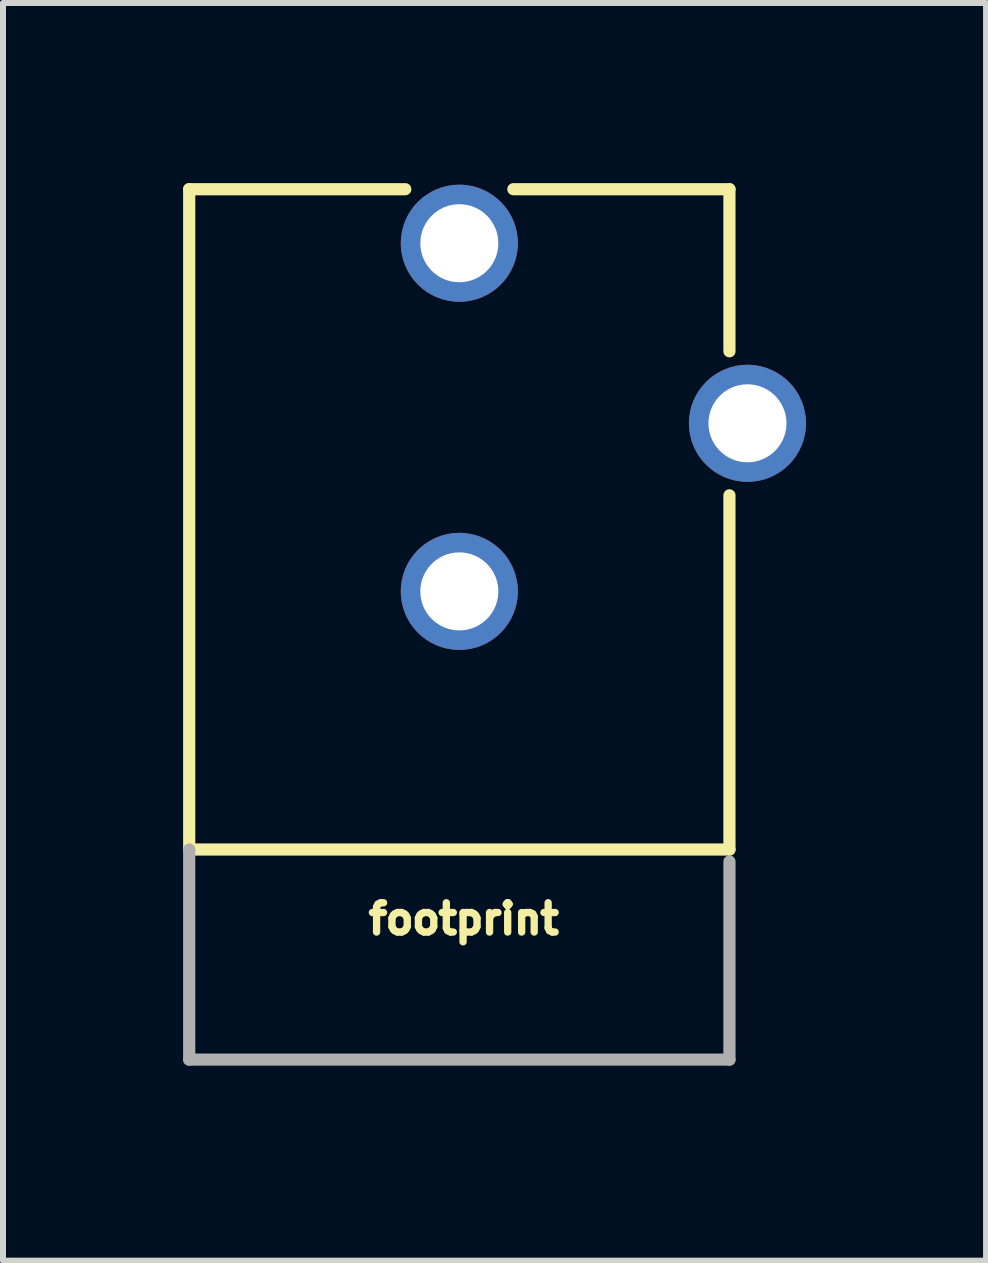
<source format=kicad_pcb>
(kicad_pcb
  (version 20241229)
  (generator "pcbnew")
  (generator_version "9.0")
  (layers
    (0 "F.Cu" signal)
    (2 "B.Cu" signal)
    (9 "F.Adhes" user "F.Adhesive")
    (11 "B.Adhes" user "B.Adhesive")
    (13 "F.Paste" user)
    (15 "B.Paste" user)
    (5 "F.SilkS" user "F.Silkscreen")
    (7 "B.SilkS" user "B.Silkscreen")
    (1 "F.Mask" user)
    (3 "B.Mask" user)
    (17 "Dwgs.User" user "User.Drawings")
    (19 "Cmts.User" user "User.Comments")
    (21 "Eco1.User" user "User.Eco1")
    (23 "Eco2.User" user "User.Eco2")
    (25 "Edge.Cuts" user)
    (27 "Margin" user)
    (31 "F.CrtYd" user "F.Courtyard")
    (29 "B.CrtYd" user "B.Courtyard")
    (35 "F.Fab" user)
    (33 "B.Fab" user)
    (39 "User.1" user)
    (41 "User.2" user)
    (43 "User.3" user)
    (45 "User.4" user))
  (footprint "footprint"
    (layer "F.Cu")
    (at 4.602 14.702)
    (property "Reference" "footprint" (at -1.575 -2.159 0) (layer "F.SilkS") (effects (font (size 0.488 0.488) (thickness 0.122)) (justify left bottom)))
    (fp_line (start -4.5 -14.6) (end -0.9 -14.6) (stroke (width 0.203) (type solid)) (layer "F.SilkS"))
    (fp_line (start -4.5 -3.6) (end -4.5 -14.6) (stroke (width 0.203) (type solid)) (layer "F.SilkS"))
    (fp_line (start -4.5 -3.6) (end 4.5 -3.6) (stroke (width 0.203) (type solid)) (layer "F.SilkS"))
    (fp_line (start 4.5 -14.6) (end 0.9 -14.6) (stroke (width 0.203) (type solid)) (layer "F.SilkS"))
    (fp_line (start 4.5 -14.6) (end 4.5 -11.9) (stroke (width 0.203) (type solid)) (layer "F.SilkS"))
    (fp_line (start 4.5 -3.6) (end 4.5 -9.5) (stroke (width 0.203) (type solid)) (layer "F.SilkS"))
    (fp_line (start -4.5 -3.6) (end -4.5 -0.1) (stroke (width 0.203) (type solid)) (layer "F.Fab"))
    (fp_line (start 4.5 -0.1) (end -4.5 -0.1) (stroke (width 0.203) (type solid)) (layer "F.Fab"))
    (fp_line (start 4.5 -0.1) (end 4.5 -3.4) (stroke (width 0.203) (type solid)) (layer "F.Fab"))
    (pad "GND" thru_hole circle (at 0 -7.9) (size 1.95 1.95) (drill 1.3) (layers "*.Cu" "*.Mask"))
    (pad "GNDBREAK" thru_hole circle (at 4.8 -10.7 90) (size 1.95 1.95) (drill 1.3) (layers "*.Cu" "*.Mask"))
    (pad "PWR" thru_hole circle (at 0 -13.7) (size 1.95 1.95) (drill 1.3) (layers "*.Cu" "*.Mask")))
  (gr_rect
    (start -3 -3)
    (end 13.377 17.952)
    (stroke (width 0.1) (type default))
    (fill no)
    (layer "Edge.Cuts")))
</source>
